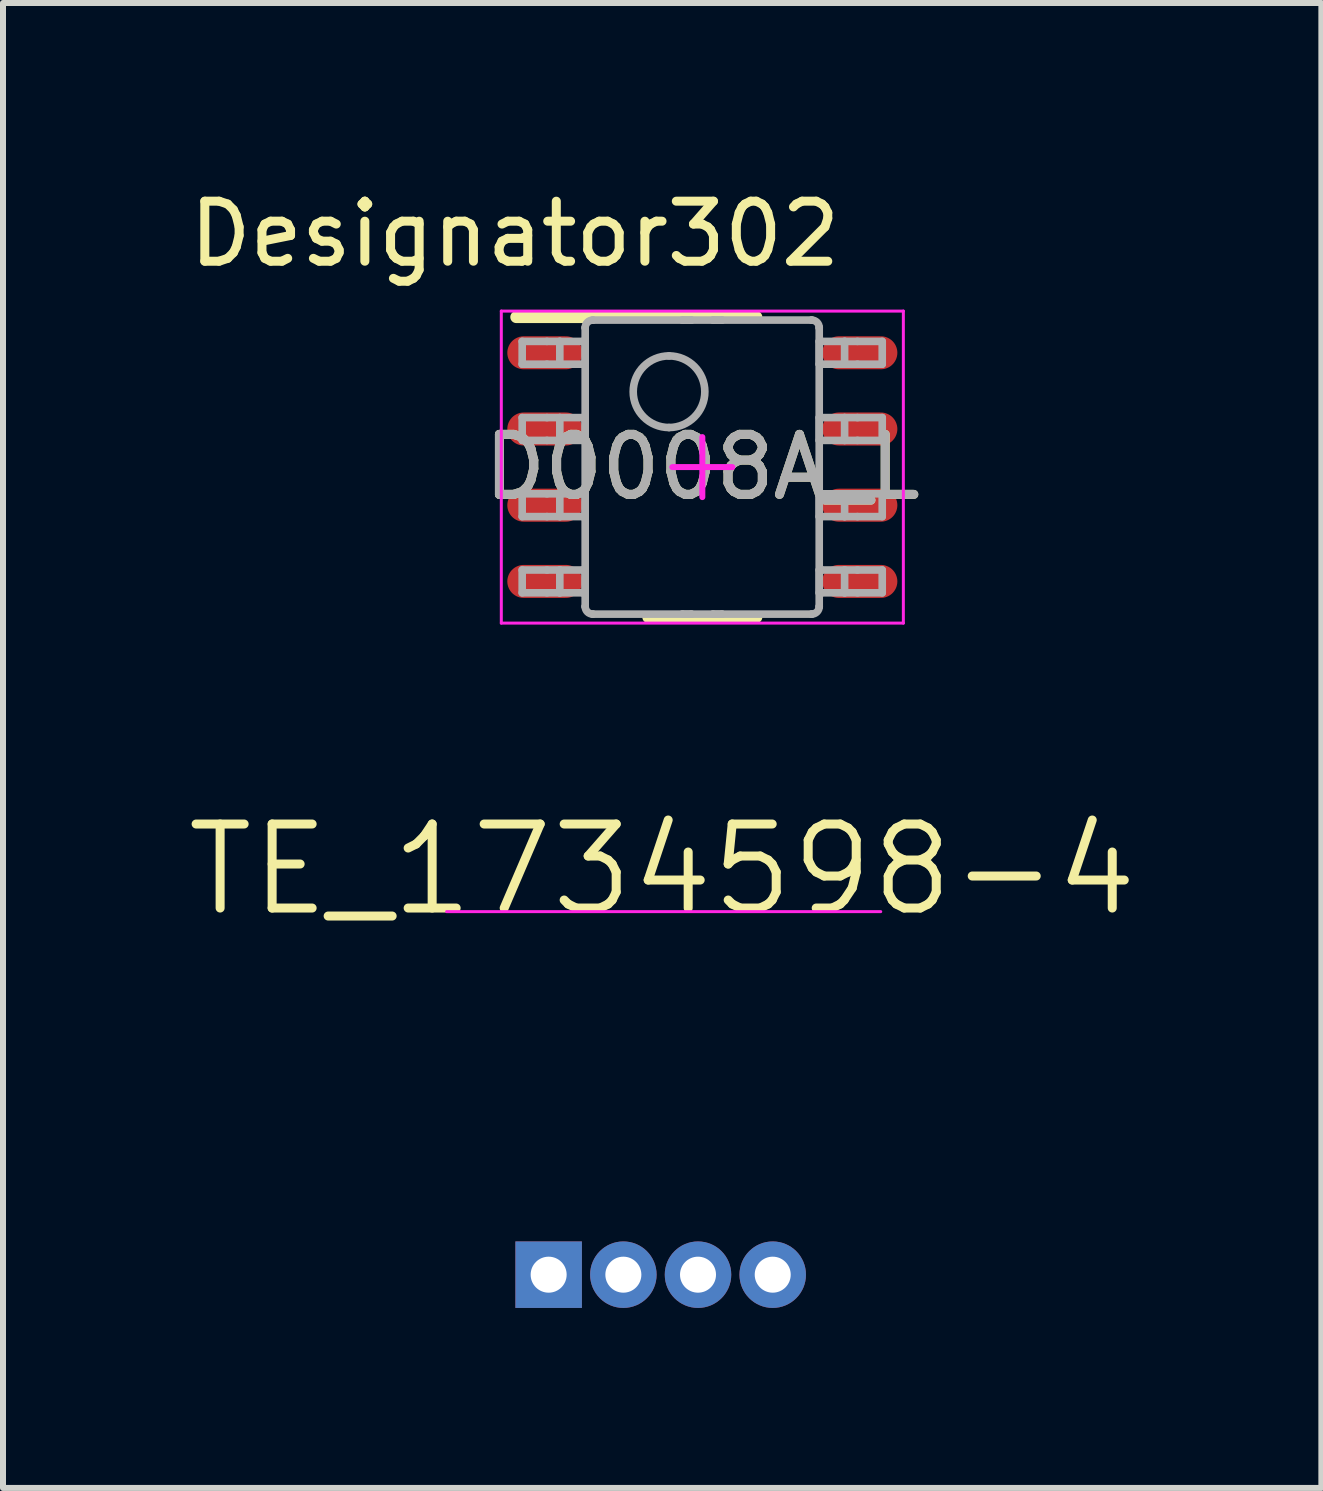
<source format=kicad_pcb>
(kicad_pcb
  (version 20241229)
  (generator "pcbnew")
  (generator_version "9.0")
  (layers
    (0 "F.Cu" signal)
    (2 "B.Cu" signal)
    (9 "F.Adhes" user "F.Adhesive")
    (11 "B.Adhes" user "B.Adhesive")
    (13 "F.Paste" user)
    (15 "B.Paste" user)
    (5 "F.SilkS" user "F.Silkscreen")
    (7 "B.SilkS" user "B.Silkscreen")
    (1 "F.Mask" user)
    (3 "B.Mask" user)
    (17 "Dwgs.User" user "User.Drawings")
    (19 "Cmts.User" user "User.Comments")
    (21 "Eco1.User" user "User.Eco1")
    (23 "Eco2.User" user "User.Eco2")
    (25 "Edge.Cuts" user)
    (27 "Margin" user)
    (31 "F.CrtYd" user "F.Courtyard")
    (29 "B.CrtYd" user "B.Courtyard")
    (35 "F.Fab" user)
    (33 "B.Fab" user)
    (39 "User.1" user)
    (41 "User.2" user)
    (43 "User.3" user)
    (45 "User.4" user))
  (footprint "TE_1734598-4"
    (layer "F.Cu")
    (at 7.96 18.192)
    (property "Reference" "TE_1734598-4" (at 0.025 -6.75 0) (layer "F.SilkS") (effects (font (size 1.4 1.4) (thickness 0.15))))
    (attr through_hole)
    (fp_line (start -3.567 -6.05) (end 3.667 -6.05) (stroke (width 0.05) (type solid)) (layer "F.CrtYd"))
    (pad "1" thru_hole rect (at -1.867 0) (size 1.108 1.108) (drill 0.6) (layers "*.Cu" "*.Mask"))
    (pad "2" thru_hole circle (at -0.622 0) (size 1.108 1.108) (drill 0.6) (layers "*.Cu" "*.Mask"))
    (pad "3" thru_hole circle (at 0.622 0) (size 1.108 1.108) (drill 0.6) (layers "*.Cu" "*.Mask"))
    (pad "4" thru_hole circle (at 1.867 0) (size 1.108 1.108) (drill 0.6) (layers "*.Cu" "*.Mask")))
  (footprint "D0008A_L"
    (layer "F.Cu")
    (at 8.654 4.734)
    (property "Reference" "D0008A_L" (at 0 0 0) (unlocked yes) (layer "F.SilkS") (effects (font (size 1 1) (thickness 0.15))))
    (attr smd)
    (fp_line (start -3.1 -2.5) (end 0.9 -2.5) (stroke (width 0.2) (type solid)) (layer "F.SilkS"))
    (fp_line (start -0.9 2.5) (end 0.9 2.5) (stroke (width 0.2) (type solid)) (layer "F.SilkS"))
    (fp_line (start -3.35 -2.6) (end 3.35 -2.6) (stroke (width 0.05) (type solid)) (layer "F.CrtYd"))
    (fp_line (start -3.35 2.6) (end -3.35 -2.6) (stroke (width 0.05) (type solid)) (layer "F.CrtYd"))
    (fp_line (start -3.35 2.6) (end 3.35 2.6) (stroke (width 0.05) (type solid)) (layer "F.CrtYd"))
    (fp_line (start -0.5 0) (end 0.5 0) (stroke (width 0.1) (type solid)) (layer "F.CrtYd"))
    (fp_line (start 0 0.5) (end 0 -0.5) (stroke (width 0.1) (type solid)) (layer "F.CrtYd"))
    (fp_line (start 3.35 2.6) (end 3.35 -2.6) (stroke (width 0.05) (type solid)) (layer "F.CrtYd"))
    (fp_line (start -3.002 -2.095) (end -2.589 -2.095) (stroke (width 0.127) (type solid)) (layer "F.Fab"))
    (fp_line (start -3.002 -1.715) (end -3.002 -2.095) (stroke (width 0.127) (type solid)) (layer "F.Fab"))
    (fp_line (start -3.002 -1.715) (end -2.589 -1.715) (stroke (width 0.127) (type solid)) (layer "F.Fab"))
    (fp_line (start -3.002 -0.825) (end -2.589 -0.825) (stroke (width 0.127) (type solid)) (layer "F.Fab"))
    (fp_line (start -3.002 -0.445) (end -3.002 -0.825) (stroke (width 0.127) (type solid)) (layer "F.Fab"))
    (fp_line (start -3.002 -0.445) (end -2.589 -0.445) (stroke (width 0.127) (type solid)) (layer "F.Fab"))
    (fp_line (start -3.002 0.445) (end -2.589 0.445) (stroke (width 0.127) (type solid)) (layer "F.Fab"))
    (fp_line (start -3.002 0.825) (end -3.002 0.445) (stroke (width 0.127) (type solid)) (layer "F.Fab"))
    (fp_line (start -3.002 0.825) (end -2.589 0.825) (stroke (width 0.127) (type solid)) (layer "F.Fab"))
    (fp_line (start -3.002 1.715) (end -2.589 1.715) (stroke (width 0.127) (type solid)) (layer "F.Fab"))
    (fp_line (start -3.002 2.095) (end -3.002 1.715) (stroke (width 0.127) (type solid)) (layer "F.Fab"))
    (fp_line (start -3.002 2.095) (end -2.589 2.095) (stroke (width 0.127) (type solid)) (layer "F.Fab"))
    (fp_line (start -2.589 -2.095) (end -2.375 -2.095) (stroke (width 0.127) (type solid)) (layer "F.Fab"))
    (fp_line (start -2.589 -1.715) (end -2.375 -1.715) (stroke (width 0.127) (type solid)) (layer "F.Fab"))
    (fp_line (start -2.589 -0.825) (end -2.375 -0.825) (stroke (width 0.127) (type solid)) (layer "F.Fab"))
    (fp_line (start -2.589 -0.445) (end -2.375 -0.445) (stroke (width 0.127) (type solid)) (layer "F.Fab"))
    (fp_line (start -2.589 0.445) (end -2.375 0.445) (stroke (width 0.127) (type solid)) (layer "F.Fab"))
    (fp_line (start -2.589 0.825) (end -2.375 0.825) (stroke (width 0.127) (type solid)) (layer "F.Fab"))
    (fp_line (start -2.589 1.715) (end -2.375 1.715) (stroke (width 0.127) (type solid)) (layer "F.Fab"))
    (fp_line (start -2.589 2.095) (end -2.375 2.095) (stroke (width 0.127) (type solid)) (layer "F.Fab"))
    (fp_line (start -2.375 -2.095) (end -1.995 -2.095) (stroke (width 0.127) (type solid)) (layer "F.Fab"))
    (fp_line (start -2.375 -1.715) (end -2.375 -2.095) (stroke (width 0.127) (type solid)) (layer "F.Fab"))
    (fp_line (start -2.375 -1.715) (end -1.995 -1.715) (stroke (width 0.127) (type solid)) (layer "F.Fab"))
    (fp_line (start -2.375 -0.825) (end -1.995 -0.825) (stroke (width 0.127) (type solid)) (layer "F.Fab"))
    (fp_line (start -2.375 -0.445) (end -2.375 -0.825) (stroke (width 0.127) (type solid)) (layer "F.Fab"))
    (fp_line (start -2.375 -0.445) (end -1.995 -0.445) (stroke (width 0.127) (type solid)) (layer "F.Fab"))
    (fp_line (start -2.375 0.445) (end -1.995 0.445) (stroke (width 0.127) (type solid)) (layer "F.Fab"))
    (fp_line (start -2.375 0.825) (end -2.375 0.445) (stroke (width 0.127) (type solid)) (layer "F.Fab"))
    (fp_line (start -2.375 0.825) (end -1.995 0.825) (stroke (width 0.127) (type solid)) (layer "F.Fab"))
    (fp_line (start -2.375 1.715) (end -1.995 1.715) (stroke (width 0.127) (type solid)) (layer "F.Fab"))
    (fp_line (start -2.375 2.095) (end -2.375 1.715) (stroke (width 0.127) (type solid)) (layer "F.Fab"))
    (fp_line (start -2.375 2.095) (end -1.995 2.095) (stroke (width 0.127) (type solid)) (layer "F.Fab"))
    (fp_line (start -1.995 -2.095) (end -1.952 -2.095) (stroke (width 0.127) (type solid)) (layer "F.Fab"))
    (fp_line (start -1.995 -1.715) (end -1.952 -1.715) (stroke (width 0.127) (type solid)) (layer "F.Fab"))
    (fp_line (start -1.995 -0.825) (end -1.952 -0.825) (stroke (width 0.127) (type solid)) (layer "F.Fab"))
    (fp_line (start -1.995 -0.445) (end -1.952 -0.445) (stroke (width 0.127) (type solid)) (layer "F.Fab"))
    (fp_line (start -1.995 0.445) (end -1.952 0.445) (stroke (width 0.127) (type solid)) (layer "F.Fab"))
    (fp_line (start -1.995 0.825) (end -1.952 0.825) (stroke (width 0.127) (type solid)) (layer "F.Fab"))
    (fp_line (start -1.995 1.715) (end -1.952 1.715) (stroke (width 0.127) (type solid)) (layer "F.Fab"))
    (fp_line (start -1.995 2.095) (end -1.952 2.095) (stroke (width 0.127) (type solid)) (layer "F.Fab"))
    (fp_line (start -1.952 -2.323) (end -1.952 -2.324) (stroke (width 0.127) (type solid)) (layer "F.Fab"))
    (fp_line (start -1.952 -1.715) (end -1.952 -2.095) (stroke (width 0.127) (type solid)) (layer "F.Fab"))
    (fp_line (start -1.952 -0.445) (end -1.952 -0.825) (stroke (width 0.127) (type solid)) (layer "F.Fab"))
    (fp_line (start -1.952 0.825) (end -1.952 0.445) (stroke (width 0.127) (type solid)) (layer "F.Fab"))
    (fp_line (start -1.952 2.095) (end -1.952 1.715) (stroke (width 0.127) (type solid)) (layer "F.Fab"))
    (fp_line (start -1.952 2.323) (end -1.952 -2.323) (stroke (width 0.127) (type solid)) (layer "F.Fab"))
    (fp_line (start -1.952 2.324) (end -1.952 2.323) (stroke (width 0.127) (type solid)) (layer "F.Fab"))
    (fp_line (start -1.826 -2.45) (end -1.825 -2.45) (stroke (width 0.127) (type solid)) (layer "F.Fab"))
    (fp_line (start -1.826 2.45) (end -1.825 2.45) (stroke (width 0.127) (type solid)) (layer "F.Fab"))
    (fp_line (start -1.825 -2.45) (end -0.332 -2.45) (stroke (width 0.127) (type solid)) (layer "F.Fab"))
    (fp_line (start -1.825 2.45) (end -0.332 2.45) (stroke (width 0.127) (type solid)) (layer "F.Fab"))
    (fp_line (start -0.332 -2.45) (end -0.182 -2.45) (stroke (width 0.127) (type solid)) (layer "F.Fab"))
    (fp_line (start -0.332 -2.45) (end -0.182 -2.45) (stroke (width 0.127) (type solid)) (layer "F.Fab"))
    (fp_line (start -0.332 2.45) (end -0.182 2.45) (stroke (width 0.127) (type solid)) (layer "F.Fab"))
    (fp_line (start -0.332 2.45) (end -0.182 2.45) (stroke (width 0.127) (type solid)) (layer "F.Fab"))
    (fp_line (start -0.182 -2.45) (end 0.178 -2.45) (stroke (width 0.127) (type solid)) (layer "F.Fab"))
    (fp_line (start -0.182 2.45) (end 0.178 2.45) (stroke (width 0.127) (type solid)) (layer "F.Fab"))
    (fp_line (start 0.178 -2.45) (end 0.328 -2.45) (stroke (width 0.127) (type solid)) (layer "F.Fab"))
    (fp_line (start 0.178 -2.45) (end 0.328 -2.45) (stroke (width 0.127) (type solid)) (layer "F.Fab"))
    (fp_line (start 0.178 2.45) (end 0.328 2.45) (stroke (width 0.127) (type solid)) (layer "F.Fab"))
    (fp_line (start 0.178 2.45) (end 0.328 2.45) (stroke (width 0.127) (type solid)) (layer "F.Fab"))
    (fp_line (start 0.328 -2.45) (end 1.821 -2.45) (stroke (width 0.127) (type solid)) (layer "F.Fab"))
    (fp_line (start 0.328 2.45) (end 1.821 2.45) (stroke (width 0.127) (type solid)) (layer "F.Fab"))
    (fp_line (start 1.821 -2.45) (end 1.822 -2.45) (stroke (width 0.127) (type solid)) (layer "F.Fab"))
    (fp_line (start 1.821 2.45) (end 1.822 2.45) (stroke (width 0.127) (type solid)) (layer "F.Fab"))
    (fp_line (start 1.948 -2.323) (end 1.948 -2.324) (stroke (width 0.127) (type solid)) (layer "F.Fab"))
    (fp_line (start 1.948 -2.095) (end 1.991 -2.095) (stroke (width 0.127) (type solid)) (layer "F.Fab"))
    (fp_line (start 1.948 -1.715) (end 1.948 -2.095) (stroke (width 0.127) (type solid)) (layer "F.Fab"))
    (fp_line (start 1.948 -1.715) (end 1.991 -1.715) (stroke (width 0.127) (type solid)) (layer "F.Fab"))
    (fp_line (start 1.948 -0.825) (end 1.991 -0.825) (stroke (width 0.127) (type solid)) (layer "F.Fab"))
    (fp_line (start 1.948 -0.445) (end 1.948 -0.825) (stroke (width 0.127) (type solid)) (layer "F.Fab"))
    (fp_line (start 1.948 -0.445) (end 1.991 -0.445) (stroke (width 0.127) (type solid)) (layer "F.Fab"))
    (fp_line (start 1.948 0.445) (end 1.991 0.445) (stroke (width 0.127) (type solid)) (layer "F.Fab"))
    (fp_line (start 1.948 0.825) (end 1.948 0.445) (stroke (width 0.127) (type solid)) (layer "F.Fab"))
    (fp_line (start 1.948 0.825) (end 1.991 0.825) (stroke (width 0.127) (type solid)) (layer "F.Fab"))
    (fp_line (start 1.948 1.715) (end 1.991 1.715) (stroke (width 0.127) (type solid)) (layer "F.Fab"))
    (fp_line (start 1.948 2.095) (end 1.948 1.715) (stroke (width 0.127) (type solid)) (layer "F.Fab"))
    (fp_line (start 1.948 2.095) (end 1.991 2.095) (stroke (width 0.127) (type solid)) (layer "F.Fab"))
    (fp_line (start 1.948 2.323) (end 1.948 -2.323) (stroke (width 0.127) (type solid)) (layer "F.Fab"))
    (fp_line (start 1.948 2.324) (end 1.948 2.323) (stroke (width 0.127) (type solid)) (layer "F.Fab"))
    (fp_line (start 1.991 -2.095) (end 2.371 -2.095) (stroke (width 0.127) (type solid)) (layer "F.Fab"))
    (fp_line (start 1.991 -1.715) (end 2.371 -1.715) (stroke (width 0.127) (type solid)) (layer "F.Fab"))
    (fp_line (start 1.991 -0.825) (end 2.371 -0.825) (stroke (width 0.127) (type solid)) (layer "F.Fab"))
    (fp_line (start 1.991 -0.445) (end 2.371 -0.445) (stroke (width 0.127) (type solid)) (layer "F.Fab"))
    (fp_line (start 1.991 0.445) (end 2.371 0.445) (stroke (width 0.127) (type solid)) (layer "F.Fab"))
    (fp_line (start 1.991 0.825) (end 2.371 0.825) (stroke (width 0.127) (type solid)) (layer "F.Fab"))
    (fp_line (start 1.991 1.715) (end 2.371 1.715) (stroke (width 0.127) (type solid)) (layer "F.Fab"))
    (fp_line (start 1.991 2.095) (end 2.371 2.095) (stroke (width 0.127) (type solid)) (layer "F.Fab"))
    (fp_line (start 2.371 -2.095) (end 2.585 -2.095) (stroke (width 0.127) (type solid)) (layer "F.Fab"))
    (fp_line (start 2.371 -1.715) (end 2.371 -2.095) (stroke (width 0.127) (type solid)) (layer "F.Fab"))
    (fp_line (start 2.371 -1.715) (end 2.585 -1.715) (stroke (width 0.127) (type solid)) (layer "F.Fab"))
    (fp_line (start 2.371 -0.825) (end 2.585 -0.825) (stroke (width 0.127) (type solid)) (layer "F.Fab"))
    (fp_line (start 2.371 -0.445) (end 2.371 -0.825) (stroke (width 0.127) (type solid)) (layer "F.Fab"))
    (fp_line (start 2.371 -0.445) (end 2.585 -0.445) (stroke (width 0.127) (type solid)) (layer "F.Fab"))
    (fp_line (start 2.371 0.445) (end 2.585 0.445) (stroke (width 0.127) (type solid)) (layer "F.Fab"))
    (fp_line (start 2.371 0.825) (end 2.371 0.445) (stroke (width 0.127) (type solid)) (layer "F.Fab"))
    (fp_line (start 2.371 0.825) (end 2.585 0.825) (stroke (width 0.127) (type solid)) (layer "F.Fab"))
    (fp_line (start 2.371 1.715) (end 2.585 1.715) (stroke (width 0.127) (type solid)) (layer "F.Fab"))
    (fp_line (start 2.371 2.095) (end 2.371 1.715) (stroke (width 0.127) (type solid)) (layer "F.Fab"))
    (fp_line (start 2.371 2.095) (end 2.585 2.095) (stroke (width 0.127) (type solid)) (layer "F.Fab"))
    (fp_line (start 2.585 -2.095) (end 2.998 -2.095) (stroke (width 0.127) (type solid)) (layer "F.Fab"))
    (fp_line (start 2.585 -1.715) (end 2.998 -1.715) (stroke (width 0.127) (type solid)) (layer "F.Fab"))
    (fp_line (start 2.585 -0.825) (end 2.998 -0.825) (stroke (width 0.127) (type solid)) (layer "F.Fab"))
    (fp_line (start 2.585 -0.445) (end 2.998 -0.445) (stroke (width 0.127) (type solid)) (layer "F.Fab"))
    (fp_line (start 2.585 0.445) (end 2.998 0.445) (stroke (width 0.127) (type solid)) (layer "F.Fab"))
    (fp_line (start 2.585 0.825) (end 2.998 0.825) (stroke (width 0.127) (type solid)) (layer "F.Fab"))
    (fp_line (start 2.585 1.715) (end 2.998 1.715) (stroke (width 0.127) (type solid)) (layer "F.Fab"))
    (fp_line (start 2.585 2.095) (end 2.998 2.095) (stroke (width 0.127) (type solid)) (layer "F.Fab"))
    (fp_line (start 2.998 -1.715) (end 2.998 -2.095) (stroke (width 0.127) (type solid)) (layer "F.Fab"))
    (fp_line (start 2.998 -0.445) (end 2.998 -0.825) (stroke (width 0.127) (type solid)) (layer "F.Fab"))
    (fp_line (start 2.998 0.825) (end 2.998 0.445) (stroke (width 0.127) (type solid)) (layer "F.Fab"))
    (fp_line (start 2.998 2.095) (end 2.998 1.715) (stroke (width 0.127) (type solid)) (layer "F.Fab"))
    (fp_arc (start -1.952002 -2.323941) (mid -1.914806 -2.412806) (end -1.825941 -2.450002) (stroke (width 0.127) (type solid)) (layer "F.Fab"))
    (fp_arc (start -1.825941 2.449992) (mid -1.914806 2.412795) (end -1.952002 2.323931) (stroke (width 0.127) (type solid)) (layer "F.Fab"))
    (fp_arc (start -0.555 -1.8531) (mid 0.0419 -1.2562) (end -0.555 -0.6593) (stroke (width 0.127) (type solid)) (layer "F.Fab"))
    (fp_arc (start -0.555 -0.6593) (mid -1.1519 -1.2562) (end -0.555 -1.8531) (stroke (width 0.127) (type solid)) (layer "F.Fab"))
    (fp_arc (start 1.821933 -2.450002) (mid 1.910797 -2.412806) (end 1.947994 -2.323941) (stroke (width 0.127) (type solid)) (layer "F.Fab"))
    (fp_arc (start 1.947994 2.323931) (mid 1.910797 2.412795) (end 1.821933 2.449992) (stroke (width 0.127) (type solid)) (layer "F.Fab"))
    (fp_text user "Designator302" (at -3.124 -3.886 0) (unlocked yes) (layer "F.SilkS") (effects (font (size 1 1) (thickness 0.15))))
    (fp_text user "${REFERENCE}" (at 0 0 0) (unlocked yes) (layer "F.Fab") (effects (font (size 1 1) (thickness 0.15))))
    (pad "1" smd oval (at -2.625 -1.905 90) (size 0.55 1.25) (layers "F.Cu" "F.Mask" "F.Paste"))
    (pad "2" smd oval (at -2.625 -0.635 90) (size 0.55 1.25) (layers "F.Cu" "F.Mask" "F.Paste"))
    (pad "3" smd oval (at -2.625 0.635 90) (size 0.55 1.25) (layers "F.Cu" "F.Mask" "F.Paste"))
    (pad "4" smd oval (at -2.625 1.905 90) (size 0.55 1.25) (layers "F.Cu" "F.Mask" "F.Paste"))
    (pad "5" smd oval (at 2.625 1.905 90) (size 0.55 1.25) (layers "F.Cu" "F.Mask" "F.Paste"))
    (pad "6" smd oval (at 2.625 0.635 90) (size 0.55 1.25) (layers "F.Cu" "F.Mask" "F.Paste"))
    (pad "7" smd oval (at 2.625 -0.635 90) (size 0.55 1.25) (layers "F.Cu" "F.Mask" "F.Paste"))
    (pad "8" smd oval (at 2.625 -1.905 90) (size 0.55 1.25) (layers "F.Cu" "F.Mask" "F.Paste")))
  (gr_rect
    (start -3 -3)
    (end 18.97 21.746)
    (stroke (width 0.1) (type default))
    (fill no)
    (layer "Edge.Cuts")))
</source>
